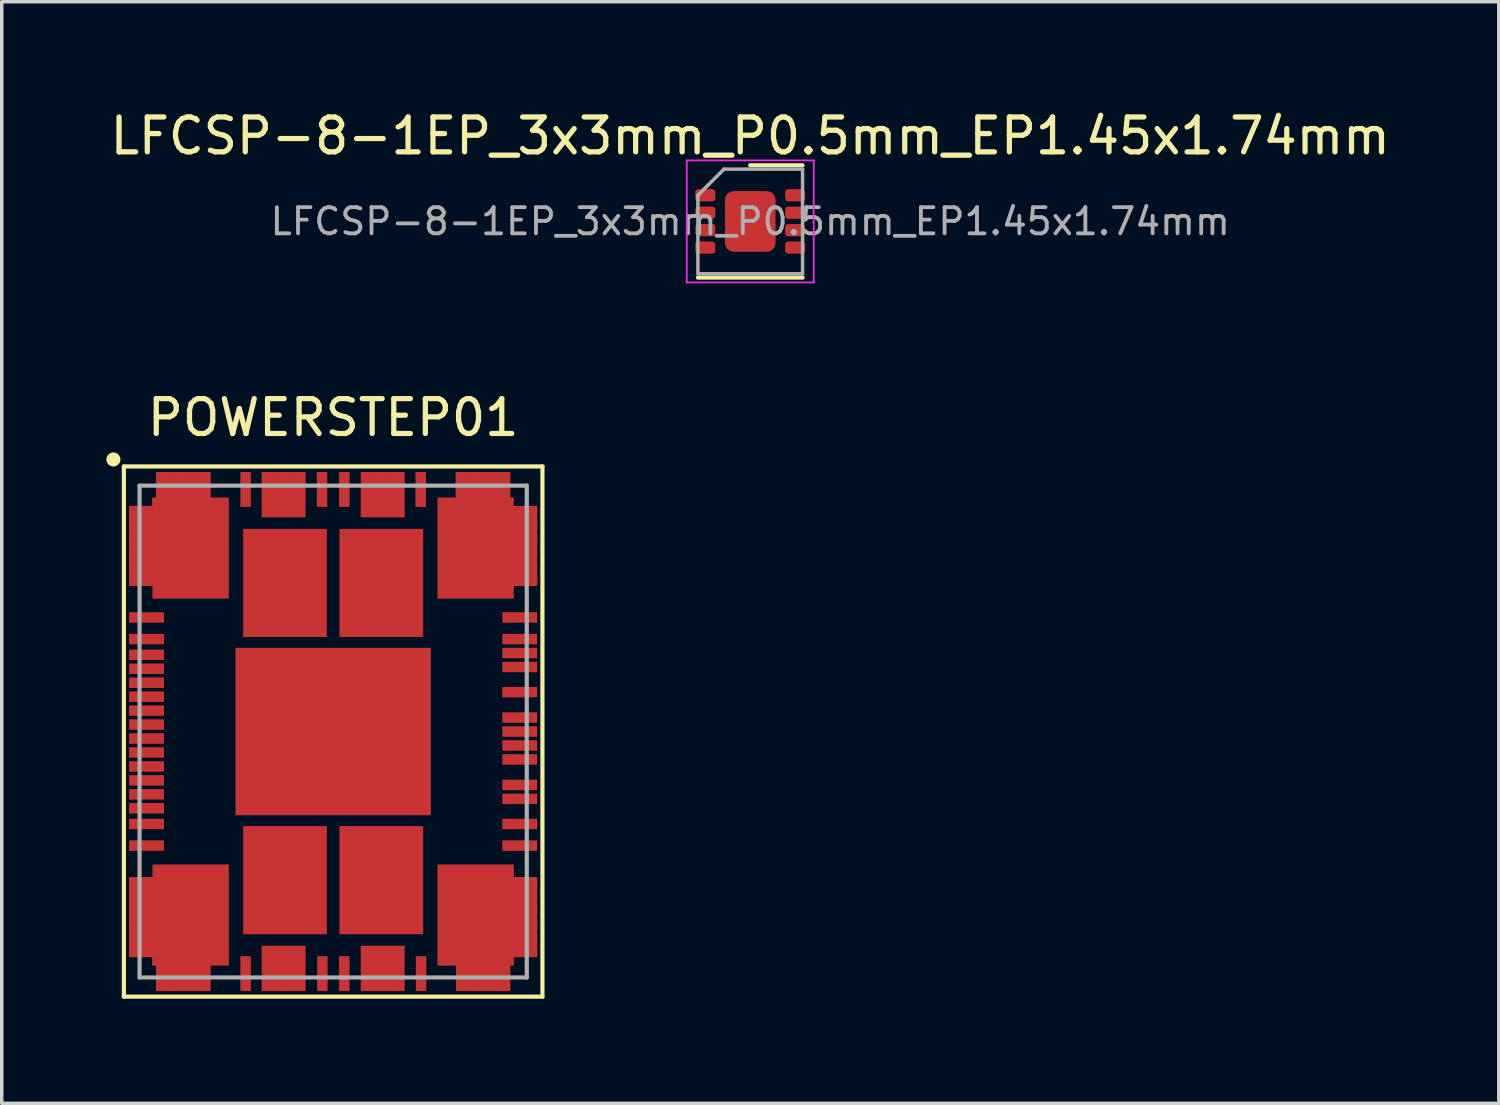
<source format=kicad_pcb>
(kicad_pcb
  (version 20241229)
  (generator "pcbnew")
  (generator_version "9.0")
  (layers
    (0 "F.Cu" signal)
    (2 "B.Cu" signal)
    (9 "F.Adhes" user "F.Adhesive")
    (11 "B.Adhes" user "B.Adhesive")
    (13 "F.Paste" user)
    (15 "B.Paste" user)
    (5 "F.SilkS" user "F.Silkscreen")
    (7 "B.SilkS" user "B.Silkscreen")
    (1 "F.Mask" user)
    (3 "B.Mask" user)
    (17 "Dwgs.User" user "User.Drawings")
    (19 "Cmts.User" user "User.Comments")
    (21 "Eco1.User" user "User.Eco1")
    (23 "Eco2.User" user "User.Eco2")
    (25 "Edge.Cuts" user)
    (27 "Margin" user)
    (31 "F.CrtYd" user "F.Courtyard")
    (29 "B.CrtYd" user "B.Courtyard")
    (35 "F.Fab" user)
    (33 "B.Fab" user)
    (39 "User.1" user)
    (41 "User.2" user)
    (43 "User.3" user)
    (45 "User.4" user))
  (footprint "LFCSP-8-1EP_3x3mm_P0.5mm_EP1.45x1.74mm"
    (layer "F.Cu")
    (at 18.458 3.298)
    (property "Reference" "LFCSP-8-1EP_3x3mm_P0.5mm_EP1.45x1.74mm" (at 0 -2.45 0) (layer "F.SilkS") (effects (font (size 1 1) (thickness 0.15))))
    (attr smd)
    (fp_line (start -1.5 1.61) (end 1.5 1.61) (stroke (width 0.12) (type solid)) (layer "F.SilkS"))
    (fp_line (start 0 -1.61) (end 1.5 -1.61) (stroke (width 0.12) (type solid)) (layer "F.SilkS"))
    (fp_line (start -1.82 -1.75) (end -1.82 1.75) (stroke (width 0.05) (type solid)) (layer "F.CrtYd"))
    (fp_line (start -1.82 1.75) (end 1.82 1.75) (stroke (width 0.05) (type solid)) (layer "F.CrtYd"))
    (fp_line (start 1.82 -1.75) (end -1.82 -1.75) (stroke (width 0.05) (type solid)) (layer "F.CrtYd"))
    (fp_line (start 1.82 1.75) (end 1.82 -1.75) (stroke (width 0.05) (type solid)) (layer "F.CrtYd"))
    (fp_line (start -1.5 -0.75) (end -0.75 -1.5) (stroke (width 0.1) (type solid)) (layer "F.Fab"))
    (fp_line (start -1.5 1.5) (end -1.5 -0.75) (stroke (width 0.1) (type solid)) (layer "F.Fab"))
    (fp_line (start -0.75 -1.5) (end 1.5 -1.5) (stroke (width 0.1) (type solid)) (layer "F.Fab"))
    (fp_line (start 1.5 -1.5) (end 1.5 1.5) (stroke (width 0.1) (type solid)) (layer "F.Fab"))
    (fp_line (start 1.5 1.5) (end -1.5 1.5) (stroke (width 0.1) (type solid)) (layer "F.Fab"))
    (fp_text user "${REFERENCE}" (at 0 0 0) (layer "F.Fab") (effects (font (size 0.75 0.75) (thickness 0.11))))
    (pad "" smd roundrect (at -0.365 -0.435) (size 0.58 0.7) (layers "F.Paste") (roundrect_rratio 0.25))
    (pad "" smd roundrect (at -0.365 0.435) (size 0.58 0.7) (layers "F.Paste") (roundrect_rratio 0.25))
    (pad "" smd roundrect (at 0.365 -0.435) (size 0.58 0.7) (layers "F.Paste") (roundrect_rratio 0.25))
    (pad "" smd roundrect (at 0.365 0.435) (size 0.58 0.7) (layers "F.Paste") (roundrect_rratio 0.25))
    (pad "1" smd roundrect (at -1.288 -0.75) (size 0.575 0.35) (layers "F.Cu" "F.Mask" "F.Paste") (roundrect_rratio 0.25))
    (pad "2" smd roundrect (at -1.288 -0.25) (size 0.575 0.35) (layers "F.Cu" "F.Mask" "F.Paste") (roundrect_rratio 0.25))
    (pad "3" smd roundrect (at -1.288 0.25) (size 0.575 0.35) (layers "F.Cu" "F.Mask" "F.Paste") (roundrect_rratio 0.25))
    (pad "4" smd roundrect (at -1.288 0.75) (size 0.575 0.35) (layers "F.Cu" "F.Mask" "F.Paste") (roundrect_rratio 0.25))
    (pad "5" smd roundrect (at 1.288 0.75) (size 0.575 0.35) (layers "F.Cu" "F.Mask" "F.Paste") (roundrect_rratio 0.25))
    (pad "6" smd roundrect (at 1.288 0.25) (size 0.575 0.35) (layers "F.Cu" "F.Mask" "F.Paste") (roundrect_rratio 0.25))
    (pad "7" smd roundrect (at 1.288 -0.25) (size 0.575 0.35) (layers "F.Cu" "F.Mask" "F.Paste") (roundrect_rratio 0.25))
    (pad "8" smd roundrect (at 1.288 -0.75) (size 0.575 0.35) (layers "F.Cu" "F.Mask" "F.Paste") (roundrect_rratio 0.25))
    (pad "9" smd roundrect (at 0 0) (size 1.45 1.74) (layers "F.Cu" "F.Mask") (roundrect_rratio 0.172)))
  (footprint "POWERSTEP01"
    (layer "F.Cu")
    (at 6.501 17.922)
    (property "Reference" "POWERSTEP01" (at 0 -9 0) (layer "F.SilkS") (effects (font (size 1 1) (thickness 0.15))))
    (attr smd)
    (fp_line (start -6.4 -7.8) (end -6.2 -7.8) (stroke (width 0.12) (type solid)) (layer "F.SilkS"))
    (fp_line (start -6.3 -7.9) (end -6.3 -7.7) (stroke (width 0.12) (type solid)) (layer "F.SilkS"))
    (fp_line (start -6 -7.6) (end 6 -7.6) (stroke (width 0.12) (type solid)) (layer "F.SilkS"))
    (fp_line (start -6 7.6) (end -6 -7.6) (stroke (width 0.12) (type solid)) (layer "F.SilkS"))
    (fp_line (start 6 -7.6) (end 6 7.6) (stroke (width 0.12) (type solid)) (layer "F.SilkS"))
    (fp_line (start 6 7.6) (end -6 7.6) (stroke (width 0.12) (type solid)) (layer "F.SilkS"))
    (fp_circle (center -6.3 -7.8) (end -6.4 -7.9) (stroke (width 0.12) (type solid)) (fill no) (layer "F.SilkS"))
    (fp_line (start -5.55 -7.05) (end 5.55 -7.05) (stroke (width 0.12) (type solid)) (layer "F.Fab"))
    (fp_line (start -5.55 7.05) (end -5.55 -7.05) (stroke (width 0.12) (type solid)) (layer "F.Fab"))
    (fp_line (start 5.55 -7.05) (end 5.55 7.05) (stroke (width 0.12) (type solid)) (layer "F.Fab"))
    (fp_line (start 5.55 7.05) (end -5.55 7.05) (stroke (width 0.12) (type solid)) (layer "F.Fab"))
    (pad "1" smd rect (at -5.35 -6.32 90) (size 0.3 1) (layers "F.Cu" "F.Mask" "F.Paste"))
    (pad "2" smd rect (at -5.35 -5.92 90) (size 0.3 1) (layers "F.Cu" "F.Mask" "F.Paste"))
    (pad "3" smd rect (at -5.35 -5.52 90) (size 0.3 1) (layers "F.Cu" "F.Mask" "F.Paste"))
    (pad "4" smd rect (at -5.35 -5.12 90) (size 0.3 1) (layers "F.Cu" "F.Mask" "F.Paste"))
    (pad "5" smd rect (at -5.35 -4.72 90) (size 0.3 1) (layers "F.Cu" "F.Mask" "F.Paste"))
    (pad "6" smd rect (at -5.35 -4.32 90) (size 0.3 1) (layers "F.Cu" "F.Mask" "F.Paste"))
    (pad "7" smd rect (at -5.35 -3.27 90) (size 0.3 1) (layers "F.Cu" "F.Mask" "F.Paste"))
    (pad "8" smd rect (at -5.35 -2.65 90) (size 0.3 1) (layers "F.Cu" "F.Mask" "F.Paste"))
    (pad "9" smd rect (at -5.35 -2.2 90) (size 0.3 1) (layers "F.Cu" "F.Mask" "F.Paste"))
    (pad "10" smd rect (at -5.35 -1.8 90) (size 0.3 1) (layers "F.Cu" "F.Mask" "F.Paste"))
    (pad "11" smd rect (at -5.35 -1.4 90) (size 0.3 1) (layers "F.Cu" "F.Mask" "F.Paste"))
    (pad "12" smd rect (at -5.35 -1 90) (size 0.3 1) (layers "F.Cu" "F.Mask" "F.Paste"))
    (pad "13" smd rect (at -5.35 -0.6 90) (size 0.3 1) (layers "F.Cu" "F.Mask" "F.Paste"))
    (pad "14" smd rect (at -5.35 -0.2 90) (size 0.3 1) (layers "F.Cu" "F.Mask" "F.Paste"))
    (pad "15" smd rect (at -5.35 0.2 90) (size 0.3 1) (layers "F.Cu" "F.Mask" "F.Paste"))
    (pad "16" smd rect (at -5.35 0.6 90) (size 0.3 1) (layers "F.Cu" "F.Mask" "F.Paste"))
    (pad "17" smd rect (at -5.35 1 90) (size 0.3 1) (layers "F.Cu" "F.Mask" "F.Paste"))
    (pad "18" smd rect (at -5.35 1.4 90) (size 0.3 1) (layers "F.Cu" "F.Mask" "F.Paste"))
    (pad "19" smd rect (at -5.35 1.8 90) (size 0.3 1) (layers "F.Cu" "F.Mask" "F.Paste"))
    (pad "20" smd rect (at -5.35 2.2 90) (size 0.3 1) (layers "F.Cu" "F.Mask" "F.Paste"))
    (pad "21" smd rect (at -5.35 2.65 90) (size 0.3 1) (layers "F.Cu" "F.Mask" "F.Paste"))
    (pad "22" smd rect (at -5.35 3.27 90) (size 0.3 1) (layers "F.Cu" "F.Mask" "F.Paste"))
    (pad "23" smd rect (at -5.35 4.32 90) (size 0.3 1) (layers "F.Cu" "F.Mask" "F.Paste"))
    (pad "24" smd rect (at -5.35 4.72 90) (size 0.3 1) (layers "F.Cu" "F.Mask" "F.Paste"))
    (pad "25" smd rect (at -5.35 5.12 90) (size 0.3 1) (layers "F.Cu" "F.Mask" "F.Paste"))
    (pad "26" smd rect (at -5.35 5.52 90) (size 0.3 1) (layers "F.Cu" "F.Mask" "F.Paste"))
    (pad "27" smd rect (at -5.35 5.92 90) (size 0.3 1) (layers "F.Cu" "F.Mask" "F.Paste"))
    (pad "28" smd rect (at -5.35 6.32 90) (size 0.3 1) (layers "F.Cu" "F.Mask" "F.Paste"))
    (pad "29" smd rect (at -4.93 6.94 180) (size 0.3 1) (layers "F.Cu" "F.Mask" "F.Paste"))
    (pad "30" smd rect (at -4.46 6.94 180) (size 0.3 1) (layers "F.Cu" "F.Mask" "F.Paste"))
    (pad "31" smd rect (at -4.06 6.94 180) (size 0.3 1) (layers "F.Cu" "F.Mask" "F.Paste"))
    (pad "32" smd rect (at -3.66 6.94 180) (size 0.3 1) (layers "F.Cu" "F.Mask" "F.Paste"))
    (pad "33" smd rect (at -2.51 6.94 180) (size 0.3 1) (layers "F.Cu" "F.Mask" "F.Paste"))
    (pad "34" smd rect (at -1.81 6.94 180) (size 0.3 1) (layers "F.Cu" "F.Mask" "F.Paste"))
    (pad "35" smd rect (at -1.41 6.94 180) (size 0.3 1) (layers "F.Cu" "F.Mask" "F.Paste"))
    (pad "36" smd rect (at -1.01 6.94 180) (size 0.3 1) (layers "F.Cu" "F.Mask" "F.Paste"))
    (pad "37" smd rect (at -0.31 6.94 180) (size 0.3 1) (layers "F.Cu" "F.Mask" "F.Paste"))
    (pad "38" smd rect (at 0.32 6.94 180) (size 0.3 1) (layers "F.Cu" "F.Mask" "F.Paste"))
    (pad "39" smd rect (at 1.02 6.94 180) (size 0.3 1) (layers "F.Cu" "F.Mask" "F.Paste"))
    (pad "40" smd rect (at 1.42 6.94 180) (size 0.3 1) (layers "F.Cu" "F.Mask" "F.Paste"))
    (pad "41" smd rect (at 1.82 6.94 180) (size 0.3 1) (layers "F.Cu" "F.Mask" "F.Paste"))
    (pad "42" smd rect (at 2.52 6.94 180) (size 0.3 1) (layers "F.Cu" "F.Mask" "F.Paste"))
    (pad "43" smd rect (at 3.67 6.94 180) (size 0.3 1) (layers "F.Cu" "F.Mask" "F.Paste"))
    (pad "44" smd rect (at 4.07 6.94 180) (size 0.3 1) (layers "F.Cu" "F.Mask" "F.Paste"))
    (pad "45" smd rect (at 4.47 6.94 180) (size 0.3 1) (layers "F.Cu" "F.Mask" "F.Paste"))
    (pad "46" smd rect (at 4.93 6.94 180) (size 0.3 1) (layers "F.Cu" "F.Mask" "F.Paste"))
    (pad "47" smd rect (at 5.35 6.32 270) (size 0.3 1) (layers "F.Cu" "F.Mask" "F.Paste"))
    (pad "48" smd rect (at 5.35 5.92 270) (size 0.3 1) (layers "F.Cu" "F.Mask" "F.Paste"))
    (pad "49" smd rect (at 5.35 5.52 270) (size 0.3 1) (layers "F.Cu" "F.Mask" "F.Paste"))
    (pad "50" smd rect (at 5.35 5.12 270) (size 0.3 1) (layers "F.Cu" "F.Mask" "F.Paste"))
    (pad "51" smd rect (at 5.35 4.72 270) (size 0.3 1) (layers "F.Cu" "F.Mask" "F.Paste"))
    (pad "52" smd rect (at 5.35 4.32 270) (size 0.3 1) (layers "F.Cu" "F.Mask" "F.Paste"))
    (pad "53" smd rect (at 5.35 3.27 270) (size 0.3 1) (layers "F.Cu" "F.Mask" "F.Paste"))
    (pad "54" smd rect (at 5.35 2.65 270) (size 0.3 1) (layers "F.Cu" "F.Mask" "F.Paste"))
    (pad "55" smd rect (at 5.35 1.93 270) (size 0.3 1) (layers "F.Cu" "F.Mask" "F.Paste"))
    (pad "56" smd rect (at 5.35 1.53 270) (size 0.3 1) (layers "F.Cu" "F.Mask" "F.Paste"))
    (pad "57" smd rect (at 5.35 0.8 270) (size 0.3 1) (layers "F.Cu" "F.Mask" "F.Paste"))
    (pad "58" smd rect (at 5.35 0.4 270) (size 0.3 1) (layers "F.Cu" "F.Mask" "F.Paste"))
    (pad "59" smd rect (at 5.35 0 270) (size 0.3 1) (layers "F.Cu" "F.Mask" "F.Paste"))
    (pad "60" smd rect (at 5.35 -0.4 270) (size 0.3 1) (layers "F.Cu" "F.Mask" "F.Paste"))
    (pad "61" smd rect (at 5.35 -1.13 270) (size 0.3 1) (layers "F.Cu" "F.Mask" "F.Paste"))
    (pad "62" smd rect (at 5.35 -1.85 270) (size 0.3 1) (layers "F.Cu" "F.Mask" "F.Paste"))
    (pad "63" smd rect (at 5.35 -2.25 270) (size 0.3 1) (layers "F.Cu" "F.Mask" "F.Paste"))
    (pad "64" smd rect (at 5.35 -2.65 270) (size 0.3 1) (layers "F.Cu" "F.Mask" "F.Paste"))
    (pad "65" smd rect (at 5.35 -3.27 270) (size 0.3 1) (layers "F.Cu" "F.Mask" "F.Paste"))
    (pad "66" smd rect (at 5.35 -4.32 270) (size 0.3 1) (layers "F.Cu" "F.Mask" "F.Paste"))
    (pad "67" smd rect (at 5.35 -4.72 270) (size 0.3 1) (layers "F.Cu" "F.Mask" "F.Paste"))
    (pad "68" smd rect (at 5.35 -5.12 270) (size 0.3 1) (layers "F.Cu" "F.Mask" "F.Paste"))
    (pad "69" smd rect (at 5.35 -5.52 270) (size 0.3 1) (layers "F.Cu" "F.Mask" "F.Paste"))
    (pad "70" smd rect (at 5.35 -5.92 270) (size 0.3 1) (layers "F.Cu" "F.Mask" "F.Paste"))
    (pad "71" smd rect (at 5.35 -6.32 270) (size 0.3 1) (layers "F.Cu" "F.Mask" "F.Paste"))
    (pad "72" smd rect (at 4.93 -6.94) (size 0.3 1) (layers "F.Cu" "F.Mask" "F.Paste"))
    (pad "73" smd rect (at 4.46 -6.94) (size 0.3 1) (layers "F.Cu" "F.Mask" "F.Paste"))
    (pad "74" smd rect (at 4.06 -6.94) (size 0.3 1) (layers "F.Cu" "F.Mask" "F.Paste"))
    (pad "75" smd rect (at 3.66 -6.94) (size 0.3 1) (layers "F.Cu" "F.Mask" "F.Paste"))
    (pad "76" smd rect (at 2.51 -6.94) (size 0.3 1) (layers "F.Cu" "F.Mask" "F.Paste"))
    (pad "77" smd rect (at 1.82 -6.94) (size 0.3 1) (layers "F.Cu" "F.Mask" "F.Paste"))
    (pad "78" smd rect (at 1.42 -6.94) (size 0.3 1) (layers "F.Cu" "F.Mask" "F.Paste"))
    (pad "79" smd rect (at 1.01 -6.94) (size 0.3 1) (layers "F.Cu" "F.Mask" "F.Paste"))
    (pad "80" smd rect (at 0.32 -6.94) (size 0.3 1) (layers "F.Cu" "F.Mask" "F.Paste"))
    (pad "81" smd rect (at -0.32 -6.94) (size 0.3 1) (layers "F.Cu" "F.Mask" "F.Paste"))
    (pad "82" smd rect (at -1.01 -6.94) (size 0.3 1) (layers "F.Cu" "F.Mask" "F.Paste"))
    (pad "83" smd rect (at -1.42 -6.94) (size 0.3 1) (layers "F.Cu" "F.Mask" "F.Paste"))
    (pad "84" smd rect (at -1.82 -6.94) (size 0.3 1) (layers "F.Cu" "F.Mask" "F.Paste"))
    (pad "85" smd rect (at -2.51 -6.94) (size 0.3 1) (layers "F.Cu" "F.Mask" "F.Paste"))
    (pad "86" smd rect (at -3.66 -6.94) (size 0.3 1) (layers "F.Cu" "F.Mask" "F.Paste"))
    (pad "87" smd rect (at -4.06 -6.94) (size 0.3 1) (layers "F.Cu" "F.Mask" "F.Paste"))
    (pad "88" smd rect (at -4.46 -6.94) (size 0.3 1) (layers "F.Cu" "F.Mask" "F.Paste"))
    (pad "89" smd rect (at -4.93 -6.94) (size 0.3 1) (layers "F.Cu" "F.Mask" "F.Paste"))
    (pad "EPAD1" smd custom (at -3.99 -4.81 180) (size 2 2) (layers "F.Cu" "F.Mask" "F.Paste") (options (anchor rect)) (primitives (gr_poly (pts (xy -1 -1) (xy -1 1.9) (xy -0.45 1.9) (xy -0.45 2.63) (xy 1.08 2.63) (xy 1.08 1.9) (xy 1.2 1.9) (xy 1.2 1.63) (xy 1.86 1.63) (xy 1.86 -0.62) (xy 1.19 -0.62) (xy 1.19 -1)) (width 0) (fill yes))))
    (pad "EPAD2" smd custom (at -3.99 4.81) (size 2 2) (layers "F.Cu" "F.Mask" "F.Paste") (options (anchor rect)) (primitives (gr_poly (pts (xy 1 -1) (xy 1 1.9) (xy 0.45 1.9) (xy 0.45 2.63) (xy -1.08 2.63) (xy -1.08 1.9) (xy -1.2 1.9) (xy -1.2 1.63) (xy -1.86 1.63) (xy -1.86 -0.62) (xy -1.19 -0.62) (xy -1.19 -1)) (width 0) (fill yes))))
    (pad "EPAD3" smd rect (at -1.38 4.26 180) (size 2.4 3.1) (layers "F.Cu" "F.Mask" "F.Paste"))
    (pad "EPAD4" smd rect (at 1.38 4.26 180) (size 2.4 3.1) (layers "F.Cu" "F.Mask" "F.Paste"))
    (pad "EPAD5" smd custom (at 3.99 4.81 180) (size 2 2) (layers "F.Cu" "F.Mask" "F.Paste") (options (anchor rect)) (primitives (gr_poly (pts (xy 1 1) (xy 1 -1.9) (xy 0.45 -1.9) (xy 0.45 -2.63) (xy -1.07 -2.63) (xy -1.07 -1.9) (xy -1.19 -1.9) (xy -1.19 -1.63) (xy -1.86 -1.63) (xy -1.86 0.62) (xy -1.19 0.62) (xy -1.19 1)) (width 0) (fill yes))))
    (pad "EPAD6" smd custom (at 3.99 -4.81) (size 2 2) (layers "F.Cu" "F.Mask" "F.Paste") (options (anchor rect)) (primitives (gr_poly (pts (xy -1 1) (xy -1 -1.9) (xy -0.45 -1.9) (xy -0.45 -2.63) (xy 1.07 -2.63) (xy 1.07 -1.9) (xy 1.19 -1.9) (xy 1.19 -1.63) (xy 1.86 -1.63) (xy 1.86 0.62) (xy 1.19 0.62) (xy 1.19 1)) (width 0) (fill yes))))
    (pad "EPAD7" smd rect (at 1.38 -4.26 180) (size 2.4 3.1) (layers "F.Cu" "F.Mask" "F.Paste"))
    (pad "EPAD8" smd rect (at -1.38 -4.26 180) (size 2.4 3.1) (layers "F.Cu" "F.Mask" "F.Paste"))
    (pad "EPAD9" smd rect (at 0 0 180) (size 5.6 4.8) (layers "F.Cu" "F.Mask" "F.Paste"))
    (pad "EPAD10" smd rect (at -1.42 6.79 180) (size 1.26 1.3) (layers "F.Cu" "F.Mask" "F.Paste"))
    (pad "EPAD11" smd rect (at 1.42 6.79 180) (size 1.26 1.3) (layers "F.Cu" "F.Mask" "F.Paste"))
    (pad "EPAD12" smd rect (at 1.42 -6.79 180) (size 1.26 1.3) (layers "F.Cu" "F.Mask" "F.Paste"))
    (pad "EPAD13" smd rect (at -1.42 -6.79 180) (size 1.26 1.3) (layers "F.Cu" "F.Mask" "F.Paste")))
  (gr_rect
    (start -3 -3)
    (end 39.917 28.581)
    (stroke (width 0.1) (type default))
    (fill no)
    (layer "Edge.Cuts")))
</source>
